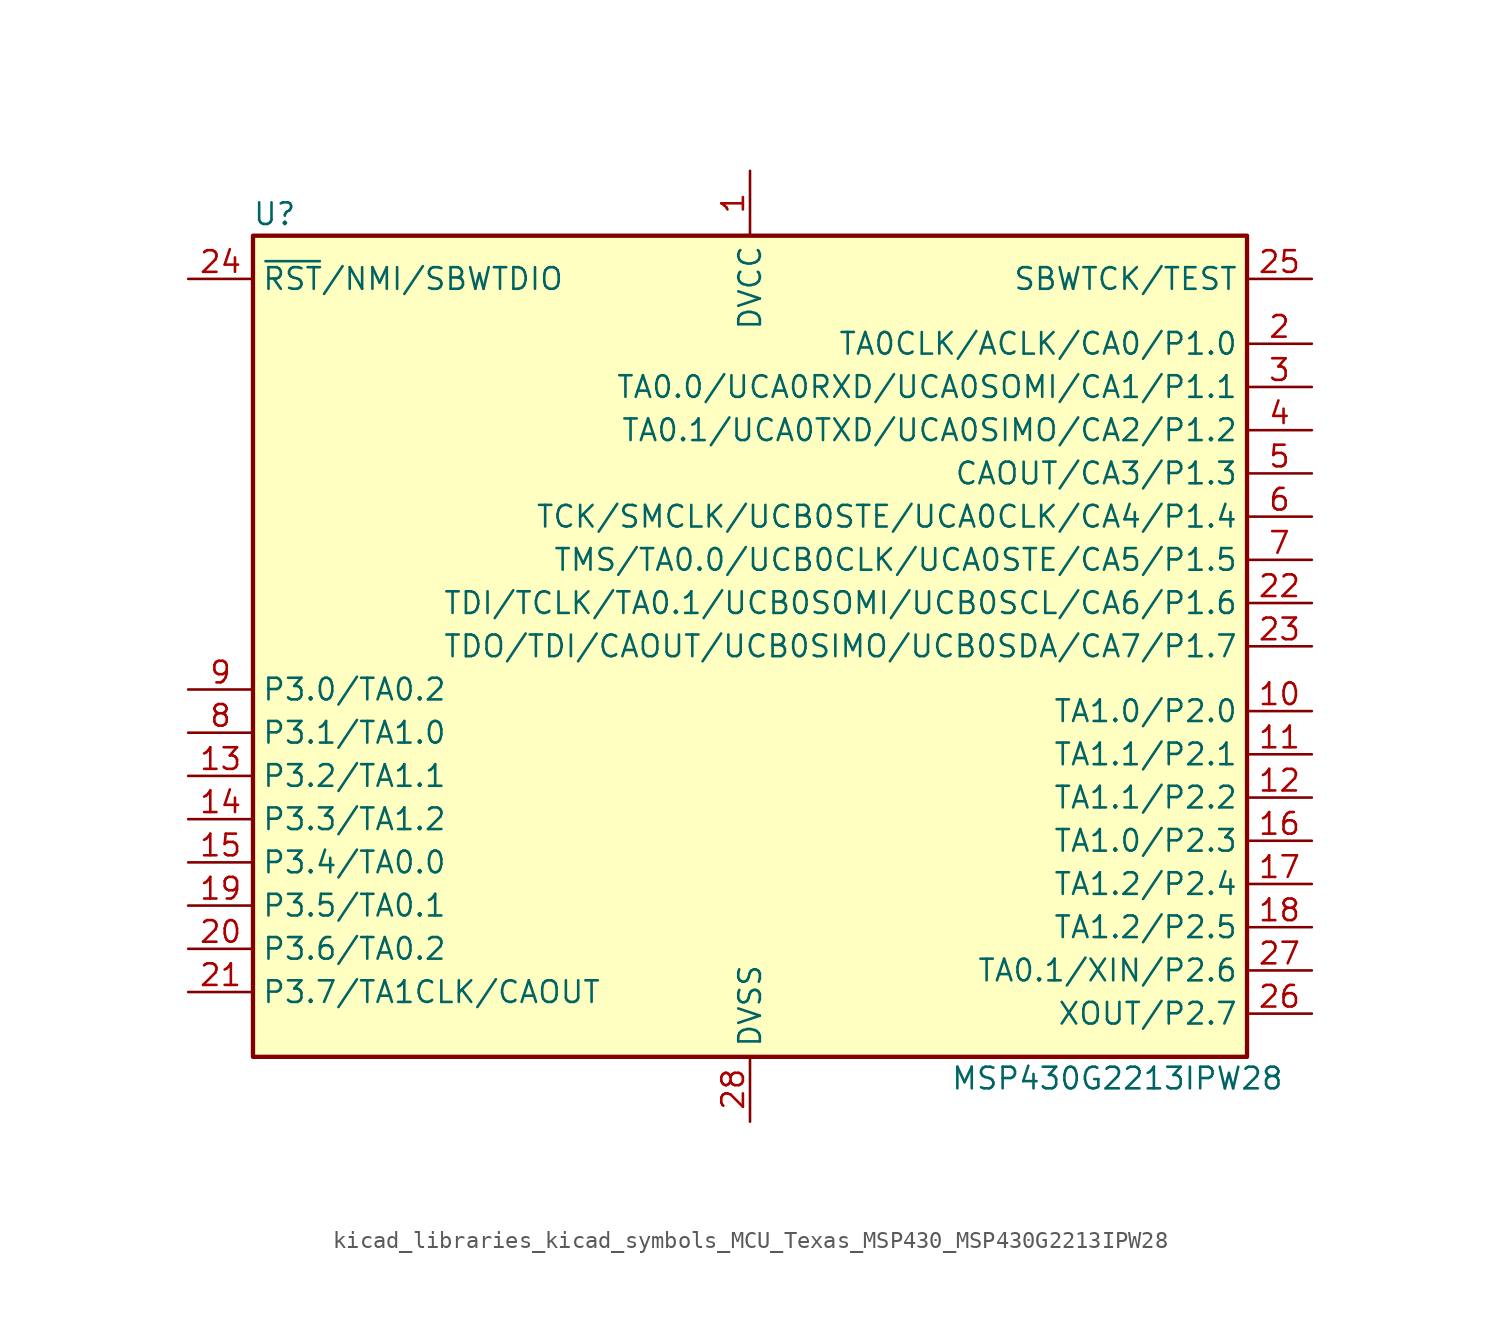
<source format=kicad_sym>
(kicad_symbol_lib
  (version 20220914)
  (generator kicad_symbol_editor)
  (symbol "kicad_libraries_kicad_symbols_MCU_Texas_MSP430_MSP430G2213IPW28"
    (property "Reference" "U"
      (at -27.94 25.4 0)
      (effects (font (size 1.27 1.27))))
    (property "Value" "MSP430G2213IPW28"
      (at 21.59 -25.4 0)
      (effects (font (size 1.27 1.27))))
    (symbol "kicad_libraries_kicad_symbols_MCU_Texas_MSP430_MSP430G2213IPW28_0_1"
      (rectangle (start -29.21 24.13) (end 29.21 -24.13) (stroke (width 0.254) (type default)) (fill (type background))))
    (symbol "kicad_libraries_kicad_symbols_MCU_Texas_MSP430_MSP430G2213IPW28_1_1"
      (pin power_in line (at 0 27.94 270) (length 3.81) (name "DVCC" (effects (font (size 1.27 1.27)))) (number "1" (effects (font (size 1.27 1.27)))))
      (pin bidirectional line (at 33.02 -3.81 180) (length 3.81) (name "TA1.0/P2.0" (effects (font (size 1.27 1.27)))) (number "10" (effects (font (size 1.27 1.27)))))
      (pin bidirectional line (at 33.02 -6.35 180) (length 3.81) (name "TA1.1/P2.1" (effects (font (size 1.27 1.27)))) (number "11" (effects (font (size 1.27 1.27)))))
      (pin bidirectional line (at 33.02 -8.89 180) (length 3.81) (name "TA1.1/P2.2" (effects (font (size 1.27 1.27)))) (number "12" (effects (font (size 1.27 1.27)))))
      (pin bidirectional line (at -33.02 -7.62 0) (length 3.81) (name "P3.2/TA1.1" (effects (font (size 1.27 1.27)))) (number "13" (effects (font (size 1.27 1.27)))))
      (pin bidirectional line (at -33.02 -10.16 0) (length 3.81) (name "P3.3/TA1.2" (effects (font (size 1.27 1.27)))) (number "14" (effects (font (size 1.27 1.27)))))
      (pin bidirectional line (at -33.02 -12.7 0) (length 3.81) (name "P3.4/TA0.0" (effects (font (size 1.27 1.27)))) (number "15" (effects (font (size 1.27 1.27)))))
      (pin bidirectional line (at 33.02 -11.43 180) (length 3.81) (name "TA1.0/P2.3" (effects (font (size 1.27 1.27)))) (number "16" (effects (font (size 1.27 1.27)))))
      (pin bidirectional line (at 33.02 -13.97 180) (length 3.81) (name "TA1.2/P2.4" (effects (font (size 1.27 1.27)))) (number "17" (effects (font (size 1.27 1.27)))))
      (pin bidirectional line (at 33.02 -16.51 180) (length 3.81) (name "TA1.2/P2.5" (effects (font (size 1.27 1.27)))) (number "18" (effects (font (size 1.27 1.27)))))
      (pin bidirectional line (at -33.02 -15.24 0) (length 3.81) (name "P3.5/TA0.1" (effects (font (size 1.27 1.27)))) (number "19" (effects (font (size 1.27 1.27)))))
      (pin bidirectional line (at 33.02 17.78 180) (length 3.81) (name "TA0CLK/ACLK/CA0/P1.0" (effects (font (size 1.27 1.27)))) (number "2" (effects (font (size 1.27 1.27)))))
      (pin bidirectional line (at -33.02 -17.78 0) (length 3.81) (name "P3.6/TA0.2" (effects (font (size 1.27 1.27)))) (number "20" (effects (font (size 1.27 1.27)))))
      (pin bidirectional line (at -33.02 -20.32 0) (length 3.81) (name "P3.7/TA1CLK/CAOUT" (effects (font (size 1.27 1.27)))) (number "21" (effects (font (size 1.27 1.27)))))
      (pin bidirectional line (at 33.02 2.54 180) (length 3.81) (name "TDI/TCLK/TA0.1/UCB0SOMI/UCB0SCL/CA6/P1.6" (effects (font (size 1.27 1.27)))) (number "22" (effects (font (size 1.27 1.27)))))
      (pin bidirectional line (at 33.02 0 180) (length 3.81) (name "TDO/TDI/CAOUT/UCB0SIMO/UCB0SDA/CA7/P1.7" (effects (font (size 1.27 1.27)))) (number "23" (effects (font (size 1.27 1.27)))))
      (pin input line (at -33.02 21.59 0) (length 3.81) (name "~{RST}/NMI/SBWTDIO" (effects (font (size 1.27 1.27)))) (number "24" (effects (font (size 1.27 1.27)))))
      (pin input line (at 33.02 21.59 180) (length 3.81) (name "SBWTCK/TEST" (effects (font (size 1.27 1.27)))) (number "25" (effects (font (size 1.27 1.27)))))
      (pin bidirectional line (at 33.02 -21.59 180) (length 3.81) (name "XOUT/P2.7" (effects (font (size 1.27 1.27)))) (number "26" (effects (font (size 1.27 1.27)))))
      (pin bidirectional line (at 33.02 -19.05 180) (length 3.81) (name "TA0.1/XIN/P2.6" (effects (font (size 1.27 1.27)))) (number "27" (effects (font (size 1.27 1.27)))))
      (pin power_in line (at 0 -27.94 90) (length 3.81) (name "DVSS" (effects (font (size 1.27 1.27)))) (number "28" (effects (font (size 1.27 1.27)))))
      (pin bidirectional line (at 33.02 15.24 180) (length 3.81) (name "TA0.0/UCA0RXD/UCA0SOMI/CA1/P1.1" (effects (font (size 1.27 1.27)))) (number "3" (effects (font (size 1.27 1.27)))))
      (pin bidirectional line (at 33.02 12.7 180) (length 3.81) (name "TA0.1/UCA0TXD/UCA0SIMO/CA2/P1.2" (effects (font (size 1.27 1.27)))) (number "4" (effects (font (size 1.27 1.27)))))
      (pin bidirectional line (at 33.02 10.16 180) (length 3.81) (name "CAOUT/CA3/P1.3" (effects (font (size 1.27 1.27)))) (number "5" (effects (font (size 1.27 1.27)))))
      (pin bidirectional line (at 33.02 7.62 180) (length 3.81) (name "TCK/SMCLK/UCB0STE/UCA0CLK/CA4/P1.4" (effects (font (size 1.27 1.27)))) (number "6" (effects (font (size 1.27 1.27)))))
      (pin bidirectional line (at 33.02 5.08 180) (length 3.81) (name "TMS/TA0.0/UCB0CLK/UCA0STE/CA5/P1.5" (effects (font (size 1.27 1.27)))) (number "7" (effects (font (size 1.27 1.27)))))
      (pin bidirectional line (at -33.02 -5.08 0) (length 3.81) (name "P3.1/TA1.0" (effects (font (size 1.27 1.27)))) (number "8" (effects (font (size 1.27 1.27)))))
      (pin bidirectional line (at -33.02 -2.54 0) (length 3.81) (name "P3.0/TA0.2" (effects (font (size 1.27 1.27)))) (number "9" (effects (font (size 1.27 1.27))))))))
</source>
